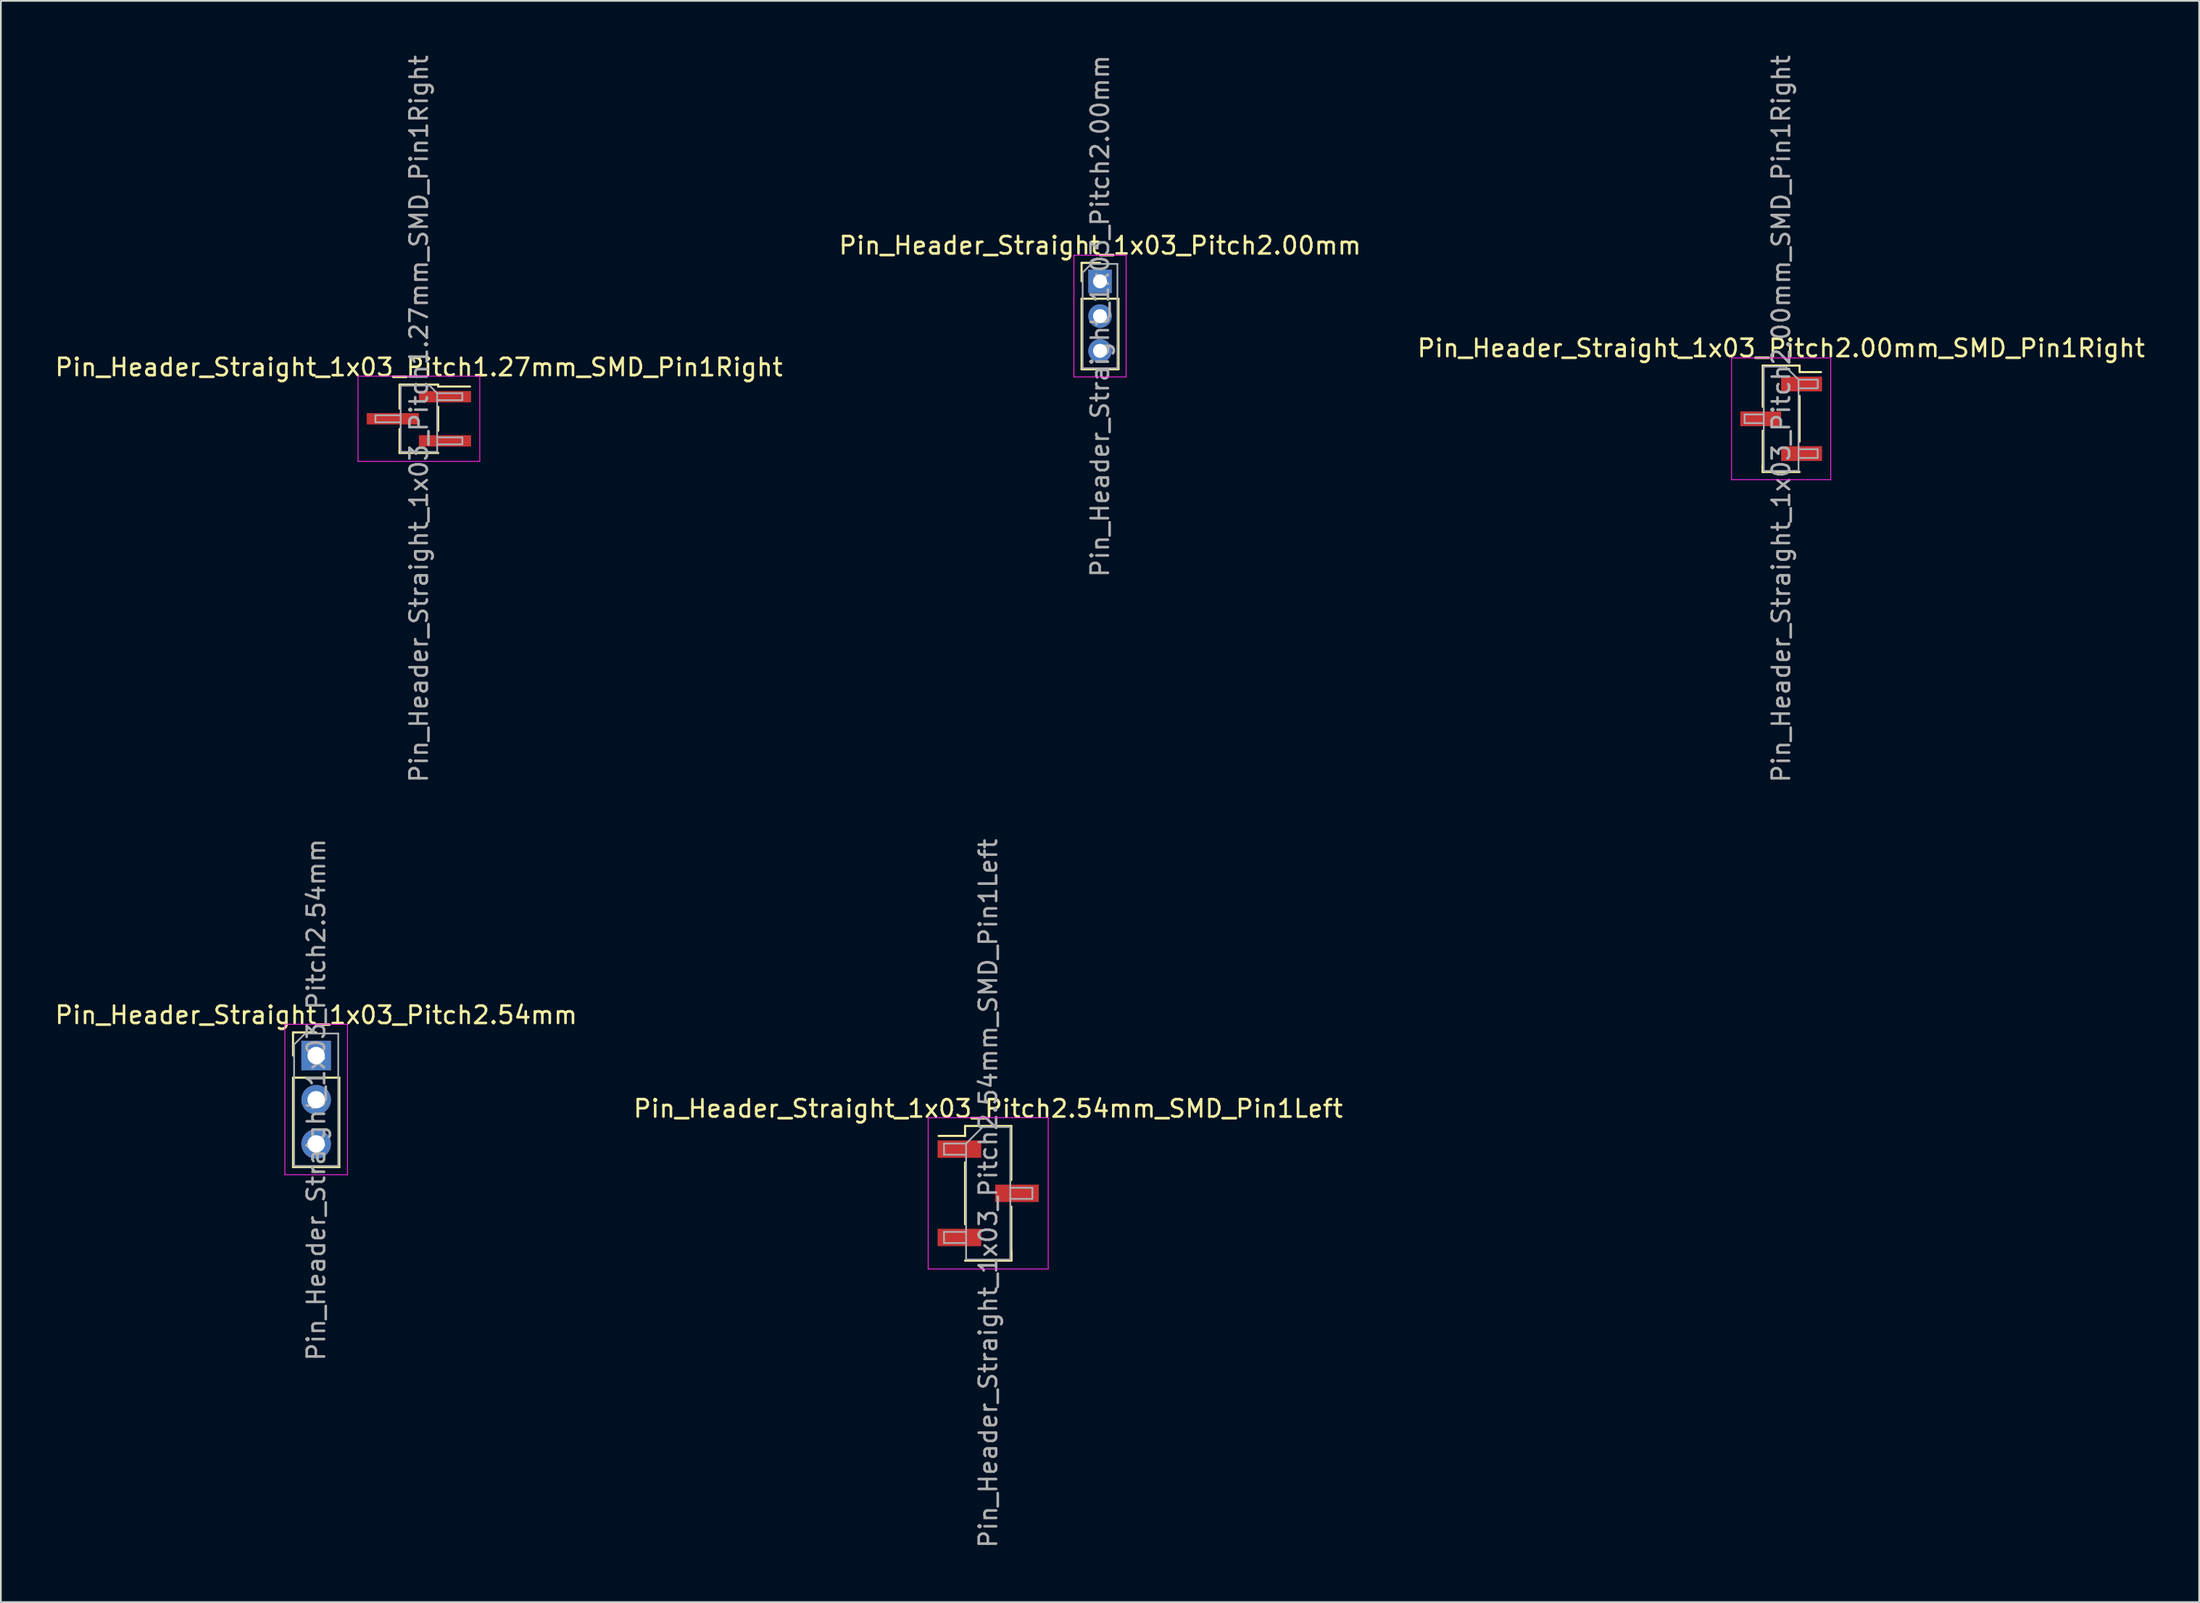
<source format=kicad_pcb>
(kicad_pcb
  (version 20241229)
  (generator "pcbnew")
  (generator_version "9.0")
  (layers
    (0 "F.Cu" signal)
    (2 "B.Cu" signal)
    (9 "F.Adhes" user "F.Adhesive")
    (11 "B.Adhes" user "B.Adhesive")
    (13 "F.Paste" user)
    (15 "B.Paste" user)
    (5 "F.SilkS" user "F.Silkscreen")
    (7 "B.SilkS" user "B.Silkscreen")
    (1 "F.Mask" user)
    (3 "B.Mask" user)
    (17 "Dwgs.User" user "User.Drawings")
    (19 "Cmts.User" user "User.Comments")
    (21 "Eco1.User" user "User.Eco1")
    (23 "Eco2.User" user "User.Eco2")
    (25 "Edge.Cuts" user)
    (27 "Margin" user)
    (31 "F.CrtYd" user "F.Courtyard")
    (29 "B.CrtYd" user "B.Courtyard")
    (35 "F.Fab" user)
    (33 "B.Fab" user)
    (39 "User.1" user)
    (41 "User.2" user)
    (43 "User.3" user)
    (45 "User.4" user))
  (footprint "Pin_Header_Straight_1x03_Pitch2.00mm_SMD_Pin1Right"
    (layer "F.Cu")
    (at 99.339 21.03)
    (property "Reference" "Pin_Header_Straight_1x03_Pitch2.00mm_SMD_Pin1Right" (at 0 -4.06 0) (layer "F.SilkS") (effects (font (size 1 1) (thickness 0.15))))
    (attr smd)
    (fp_line (start -1.06 -3.06) (end -1.06 -0.685) (stroke (width 0.12) (type solid)) (layer "F.SilkS"))
    (fp_line (start -1.06 -3.06) (end 1.06 -3.06) (stroke (width 0.12) (type solid)) (layer "F.SilkS"))
    (fp_line (start -1.06 0.685) (end -1.06 3.06) (stroke (width 0.12) (type solid)) (layer "F.SilkS"))
    (fp_line (start -1.06 2.685) (end -1.06 3.06) (stroke (width 0.12) (type solid)) (layer "F.SilkS"))
    (fp_line (start -1.06 3.06) (end 1.06 3.06) (stroke (width 0.12) (type solid)) (layer "F.SilkS"))
    (fp_line (start 1.06 -3.06) (end 1.06 -2.685) (stroke (width 0.12) (type solid)) (layer "F.SilkS"))
    (fp_line (start 1.06 -2.685) (end 2.29 -2.685) (stroke (width 0.12) (type solid)) (layer "F.SilkS"))
    (fp_line (start 1.06 -1.315) (end 1.06 1.315) (stroke (width 0.12) (type solid)) (layer "F.SilkS"))
    (fp_line (start -2.85 -3.5) (end -2.85 3.5) (stroke (width 0.05) (type solid)) (layer "F.CrtYd"))
    (fp_line (start -2.85 3.5) (end 2.85 3.5) (stroke (width 0.05) (type solid)) (layer "F.CrtYd"))
    (fp_line (start 2.85 -3.5) (end -2.85 -3.5) (stroke (width 0.05) (type solid)) (layer "F.CrtYd"))
    (fp_line (start 2.85 3.5) (end 2.85 -3.5) (stroke (width 0.05) (type solid)) (layer "F.CrtYd"))
    (fp_line (start -2.1 -0.25) (end -2.1 0.25) (stroke (width 0.1) (type solid)) (layer "F.Fab"))
    (fp_line (start -2.1 0.25) (end -1 0.25) (stroke (width 0.1) (type solid)) (layer "F.Fab"))
    (fp_line (start -1 -3) (end -1 3) (stroke (width 0.1) (type solid)) (layer "F.Fab"))
    (fp_line (start -1 -3) (end 0.25 -3) (stroke (width 0.1) (type solid)) (layer "F.Fab"))
    (fp_line (start -1 -0.25) (end -2.1 -0.25) (stroke (width 0.1) (type solid)) (layer "F.Fab"))
    (fp_line (start 1 -2.25) (end 0.25 -3) (stroke (width 0.1) (type solid)) (layer "F.Fab"))
    (fp_line (start 1 -2.25) (end 2.1 -2.25) (stroke (width 0.1) (type solid)) (layer "F.Fab"))
    (fp_line (start 1 1.75) (end 2.1 1.75) (stroke (width 0.1) (type solid)) (layer "F.Fab"))
    (fp_line (start 1 3) (end -1 3) (stroke (width 0.1) (type solid)) (layer "F.Fab"))
    (fp_line (start 1 3) (end 1 -2.25) (stroke (width 0.1) (type solid)) (layer "F.Fab"))
    (fp_line (start 2.1 -2.25) (end 2.1 -1.75) (stroke (width 0.1) (type solid)) (layer "F.Fab"))
    (fp_line (start 2.1 -1.75) (end 1 -1.75) (stroke (width 0.1) (type solid)) (layer "F.Fab"))
    (fp_line (start 2.1 1.75) (end 2.1 2.25) (stroke (width 0.1) (type solid)) (layer "F.Fab"))
    (fp_line (start 2.1 2.25) (end 1 2.25) (stroke (width 0.1) (type solid)) (layer "F.Fab"))
    (fp_text user "${REFERENCE}" (at 0 0 90) (layer "F.Fab") (effects (font (size 1 1) (thickness 0.15))))
    (pad "1" smd rect (at 1.175 -2) (size 2.35 0.85) (layers "F.Cu" "F.Mask" "F.Paste"))
    (pad "2" smd rect (at -1.175 0) (size 2.35 0.85) (layers "F.Cu" "F.Mask" "F.Paste"))
    (pad "3" smd rect (at 1.175 2) (size 2.35 0.85) (layers "F.Cu" "F.Mask" "F.Paste")))
  (footprint "Pin_Header_Straight_1x03_Pitch2.00mm"
    (layer "F.Cu")
    (at 60.185 13.125)
    (property "Reference" "Pin_Header_Straight_1x03_Pitch2.00mm" (at 0 -2.06 0) (layer "F.SilkS") (effects (font (size 1 1) (thickness 0.15))))
    (attr through_hole)
    (fp_line (start -1.06 -1.06) (end 0 -1.06) (stroke (width 0.12) (type solid)) (layer "F.SilkS"))
    (fp_line (start -1.06 0) (end -1.06 -1.06) (stroke (width 0.12) (type solid)) (layer "F.SilkS"))
    (fp_line (start -1.06 1) (end -1.06 5.06) (stroke (width 0.12) (type solid)) (layer "F.SilkS"))
    (fp_line (start -1.06 1) (end 1.06 1) (stroke (width 0.12) (type solid)) (layer "F.SilkS"))
    (fp_line (start -1.06 5.06) (end 1.06 5.06) (stroke (width 0.12) (type solid)) (layer "F.SilkS"))
    (fp_line (start 1.06 1) (end 1.06 5.06) (stroke (width 0.12) (type solid)) (layer "F.SilkS"))
    (fp_line (start -1.5 -1.5) (end -1.5 5.5) (stroke (width 0.05) (type solid)) (layer "F.CrtYd"))
    (fp_line (start -1.5 5.5) (end 1.5 5.5) (stroke (width 0.05) (type solid)) (layer "F.CrtYd"))
    (fp_line (start 1.5 -1.5) (end -1.5 -1.5) (stroke (width 0.05) (type solid)) (layer "F.CrtYd"))
    (fp_line (start 1.5 5.5) (end 1.5 -1.5) (stroke (width 0.05) (type solid)) (layer "F.CrtYd"))
    (fp_line (start -1 -0.5) (end -0.5 -1) (stroke (width 0.1) (type solid)) (layer "F.Fab"))
    (fp_line (start -1 5) (end -1 -0.5) (stroke (width 0.1) (type solid)) (layer "F.Fab"))
    (fp_line (start -0.5 -1) (end 1 -1) (stroke (width 0.1) (type solid)) (layer "F.Fab"))
    (fp_line (start 1 -1) (end 1 5) (stroke (width 0.1) (type solid)) (layer "F.Fab"))
    (fp_line (start 1 5) (end -1 5) (stroke (width 0.1) (type solid)) (layer "F.Fab"))
    (fp_text user "${REFERENCE}" (at 0 2 90) (layer "F.Fab") (effects (font (size 1 1) (thickness 0.15))))
    (pad "1" thru_hole rect (at 0 0) (size 1.35 1.35) (drill 0.8) (layers "*.Cu" "*.Mask"))
    (pad "2" thru_hole oval (at 0 2) (size 1.35 1.35) (drill 0.8) (layers "*.Cu" "*.Mask"))
    (pad "3" thru_hole oval (at 0 4) (size 1.35 1.35) (drill 0.8) (layers "*.Cu" "*.Mask")))
  (footprint "Pin_Header_Straight_1x03_Pitch2.54mm_SMD_Pin1Left"
    (layer "F.Cu")
    (at 53.756 65.565)
    (property "Reference" "Pin_Header_Straight_1x03_Pitch2.54mm_SMD_Pin1Left" (at 0 -4.87 0) (layer "F.SilkS") (effects (font (size 1 1) (thickness 0.15))))
    (attr smd)
    (fp_line (start -1.33 -3.87) (end -1.33 -3.3) (stroke (width 0.12) (type solid)) (layer "F.SilkS"))
    (fp_line (start -1.33 -3.87) (end 1.33 -3.87) (stroke (width 0.12) (type solid)) (layer "F.SilkS"))
    (fp_line (start -1.33 -3.3) (end -2.85 -3.3) (stroke (width 0.12) (type solid)) (layer "F.SilkS"))
    (fp_line (start -1.33 -1.78) (end -1.33 1.78) (stroke (width 0.12) (type solid)) (layer "F.SilkS"))
    (fp_line (start -1.33 3.87) (end 1.33 3.87) (stroke (width 0.12) (type solid)) (layer "F.SilkS"))
    (fp_line (start 1.33 -3.87) (end 1.33 -0.76) (stroke (width 0.12) (type solid)) (layer "F.SilkS"))
    (fp_line (start 1.33 0.76) (end 1.33 3.87) (stroke (width 0.12) (type solid)) (layer "F.SilkS"))
    (fp_line (start 1.33 3.3) (end 1.33 3.87) (stroke (width 0.12) (type solid)) (layer "F.SilkS"))
    (fp_line (start -3.45 -4.35) (end -3.45 4.35) (stroke (width 0.05) (type solid)) (layer "F.CrtYd"))
    (fp_line (start -3.45 4.35) (end 3.45 4.35) (stroke (width 0.05) (type solid)) (layer "F.CrtYd"))
    (fp_line (start 3.45 -4.35) (end -3.45 -4.35) (stroke (width 0.05) (type solid)) (layer "F.CrtYd"))
    (fp_line (start 3.45 4.35) (end 3.45 -4.35) (stroke (width 0.05) (type solid)) (layer "F.CrtYd"))
    (fp_line (start -2.54 -2.86) (end -2.54 -2.22) (stroke (width 0.1) (type solid)) (layer "F.Fab"))
    (fp_line (start -2.54 -2.22) (end -1.27 -2.22) (stroke (width 0.1) (type solid)) (layer "F.Fab"))
    (fp_line (start -2.54 2.22) (end -2.54 2.86) (stroke (width 0.1) (type solid)) (layer "F.Fab"))
    (fp_line (start -2.54 2.86) (end -1.27 2.86) (stroke (width 0.1) (type solid)) (layer "F.Fab"))
    (fp_line (start -1.27 -2.86) (end -2.54 -2.86) (stroke (width 0.1) (type solid)) (layer "F.Fab"))
    (fp_line (start -1.27 -2.86) (end -0.32 -3.81) (stroke (width 0.1) (type solid)) (layer "F.Fab"))
    (fp_line (start -1.27 2.22) (end -2.54 2.22) (stroke (width 0.1) (type solid)) (layer "F.Fab"))
    (fp_line (start -1.27 3.81) (end -1.27 -2.86) (stroke (width 0.1) (type solid)) (layer "F.Fab"))
    (fp_line (start -0.32 -3.81) (end 1.27 -3.81) (stroke (width 0.1) (type solid)) (layer "F.Fab"))
    (fp_line (start 1.27 -3.81) (end 1.27 3.81) (stroke (width 0.1) (type solid)) (layer "F.Fab"))
    (fp_line (start 1.27 -0.32) (end 2.54 -0.32) (stroke (width 0.1) (type solid)) (layer "F.Fab"))
    (fp_line (start 1.27 3.81) (end -1.27 3.81) (stroke (width 0.1) (type solid)) (layer "F.Fab"))
    (fp_line (start 2.54 -0.32) (end 2.54 0.32) (stroke (width 0.1) (type solid)) (layer "F.Fab"))
    (fp_line (start 2.54 0.32) (end 1.27 0.32) (stroke (width 0.1) (type solid)) (layer "F.Fab"))
    (fp_text user "${REFERENCE}" (at 0 0 90) (layer "F.Fab") (effects (font (size 1 1) (thickness 0.15))))
    (pad "1" smd rect (at -1.655 -2.54) (size 2.51 1) (layers "F.Cu" "F.Mask" "F.Paste"))
    (pad "2" smd rect (at 1.655 0) (size 2.51 1) (layers "F.Cu" "F.Mask" "F.Paste"))
    (pad "3" smd rect (at -1.655 2.54) (size 2.51 1) (layers "F.Cu" "F.Mask" "F.Paste")))
  (footprint "Pin_Header_Straight_1x03_Pitch1.27mm_SMD_Pin1Right"
    (layer "F.Cu")
    (at 21.03 21.03)
    (property "Reference" "Pin_Header_Straight_1x03_Pitch1.27mm_SMD_Pin1Right" (at 0 -2.965 0) (layer "F.SilkS") (effects (font (size 1 1) (thickness 0.15))))
    (attr smd)
    (fp_line (start -1.11 -1.965) (end 1.11 -1.965) (stroke (width 0.12) (type solid)) (layer "F.SilkS"))
    (fp_line (start -1.11 -1.955) (end -1.11 -0.585) (stroke (width 0.12) (type solid)) (layer "F.SilkS"))
    (fp_line (start -1.11 0.585) (end -1.11 1.955) (stroke (width 0.12) (type solid)) (layer "F.SilkS"))
    (fp_line (start -1.11 1.855) (end -1.11 1.965) (stroke (width 0.12) (type solid)) (layer "F.SilkS"))
    (fp_line (start -1.11 1.965) (end 1.11 1.965) (stroke (width 0.12) (type solid)) (layer "F.SilkS"))
    (fp_line (start 1.11 -1.965) (end 1.11 -1.855) (stroke (width 0.12) (type solid)) (layer "F.SilkS"))
    (fp_line (start 1.11 -1.855) (end 2.94 -1.855) (stroke (width 0.12) (type solid)) (layer "F.SilkS"))
    (fp_line (start 1.11 -0.685) (end 1.11 0.685) (stroke (width 0.12) (type solid)) (layer "F.SilkS"))
    (fp_line (start -3.5 -2.45) (end -3.5 2.45) (stroke (width 0.05) (type solid)) (layer "F.CrtYd"))
    (fp_line (start -3.5 2.45) (end 3.5 2.45) (stroke (width 0.05) (type solid)) (layer "F.CrtYd"))
    (fp_line (start 3.5 -2.45) (end -3.5 -2.45) (stroke (width 0.05) (type solid)) (layer "F.CrtYd"))
    (fp_line (start 3.5 2.45) (end 3.5 -2.45) (stroke (width 0.05) (type solid)) (layer "F.CrtYd"))
    (fp_line (start -2.5 -0.2) (end -2.5 0.2) (stroke (width 0.1) (type solid)) (layer "F.Fab"))
    (fp_line (start -2.5 0.2) (end -1.05 0.2) (stroke (width 0.1) (type solid)) (layer "F.Fab"))
    (fp_line (start -1.05 -1.905) (end -1.05 1.905) (stroke (width 0.1) (type solid)) (layer "F.Fab"))
    (fp_line (start -1.05 -1.905) (end 0.615 -1.905) (stroke (width 0.1) (type solid)) (layer "F.Fab"))
    (fp_line (start -1.05 -0.2) (end -2.5 -0.2) (stroke (width 0.1) (type solid)) (layer "F.Fab"))
    (fp_line (start 1.05 -1.47) (end 0.615 -1.905) (stroke (width 0.1) (type solid)) (layer "F.Fab"))
    (fp_line (start 1.05 -1.47) (end 2.5 -1.47) (stroke (width 0.1) (type solid)) (layer "F.Fab"))
    (fp_line (start 1.05 1.07) (end 2.5 1.07) (stroke (width 0.1) (type solid)) (layer "F.Fab"))
    (fp_line (start 1.05 1.905) (end -1.05 1.905) (stroke (width 0.1) (type solid)) (layer "F.Fab"))
    (fp_line (start 1.05 1.905) (end 1.05 -1.47) (stroke (width 0.1) (type solid)) (layer "F.Fab"))
    (fp_line (start 2.5 -1.47) (end 2.5 -1.07) (stroke (width 0.1) (type solid)) (layer "F.Fab"))
    (fp_line (start 2.5 -1.07) (end 1.05 -1.07) (stroke (width 0.1) (type solid)) (layer "F.Fab"))
    (fp_line (start 2.5 1.07) (end 2.5 1.47) (stroke (width 0.1) (type solid)) (layer "F.Fab"))
    (fp_line (start 2.5 1.47) (end 1.05 1.47) (stroke (width 0.1) (type solid)) (layer "F.Fab"))
    (fp_text user "${REFERENCE}" (at 0 0 90) (layer "F.Fab") (effects (font (size 1 1) (thickness 0.15))))
    (pad "1" smd rect (at 1.5 -1.27) (size 3 0.65) (layers "F.Cu" "F.Mask" "F.Paste"))
    (pad "2" smd rect (at -1.5 0) (size 3 0.65) (layers "F.Cu" "F.Mask" "F.Paste"))
    (pad "3" smd rect (at 1.5 1.27) (size 3 0.65) (layers "F.Cu" "F.Mask" "F.Paste")))
  (footprint "Pin_Header_Straight_1x03_Pitch2.54mm"
    (layer "F.Cu")
    (at 15.125 57.645)
    (property "Reference" "Pin_Header_Straight_1x03_Pitch2.54mm" (at 0 -2.33 0) (layer "F.SilkS") (effects (font (size 1 1) (thickness 0.15))))
    (attr through_hole)
    (fp_line (start -1.33 -1.33) (end 0 -1.33) (stroke (width 0.12) (type solid)) (layer "F.SilkS"))
    (fp_line (start -1.33 0) (end -1.33 -1.33) (stroke (width 0.12) (type solid)) (layer "F.SilkS"))
    (fp_line (start -1.33 1.27) (end -1.33 6.41) (stroke (width 0.12) (type solid)) (layer "F.SilkS"))
    (fp_line (start -1.33 1.27) (end 1.33 1.27) (stroke (width 0.12) (type solid)) (layer "F.SilkS"))
    (fp_line (start -1.33 6.41) (end 1.33 6.41) (stroke (width 0.12) (type solid)) (layer "F.SilkS"))
    (fp_line (start 1.33 1.27) (end 1.33 6.41) (stroke (width 0.12) (type solid)) (layer "F.SilkS"))
    (fp_line (start -1.8 -1.8) (end -1.8 6.85) (stroke (width 0.05) (type solid)) (layer "F.CrtYd"))
    (fp_line (start -1.8 6.85) (end 1.8 6.85) (stroke (width 0.05) (type solid)) (layer "F.CrtYd"))
    (fp_line (start 1.8 -1.8) (end -1.8 -1.8) (stroke (width 0.05) (type solid)) (layer "F.CrtYd"))
    (fp_line (start 1.8 6.85) (end 1.8 -1.8) (stroke (width 0.05) (type solid)) (layer "F.CrtYd"))
    (fp_line (start -1.27 -0.635) (end -0.635 -1.27) (stroke (width 0.1) (type solid)) (layer "F.Fab"))
    (fp_line (start -1.27 6.35) (end -1.27 -0.635) (stroke (width 0.1) (type solid)) (layer "F.Fab"))
    (fp_line (start -0.635 -1.27) (end 1.27 -1.27) (stroke (width 0.1) (type solid)) (layer "F.Fab"))
    (fp_line (start 1.27 -1.27) (end 1.27 6.35) (stroke (width 0.1) (type solid)) (layer "F.Fab"))
    (fp_line (start 1.27 6.35) (end -1.27 6.35) (stroke (width 0.1) (type solid)) (layer "F.Fab"))
    (fp_text user "${REFERENCE}" (at 0 2.54 90) (layer "F.Fab") (effects (font (size 1 1) (thickness 0.15))))
    (pad "1" thru_hole rect (at 0 0) (size 1.7 1.7) (drill 1) (layers "*.Cu" "*.Mask"))
    (pad "2" thru_hole oval (at 0 2.54) (size 1.7 1.7) (drill 1) (layers "*.Cu" "*.Mask"))
    (pad "3" thru_hole oval (at 0 5.08) (size 1.7 1.7) (drill 1) (layers "*.Cu" "*.Mask")))
  (gr_rect
    (start -3 -3)
    (end 123.369 89.071)
    (stroke (width 0.1) (type default))
    (fill no)
    (layer "Edge.Cuts")))
</source>
